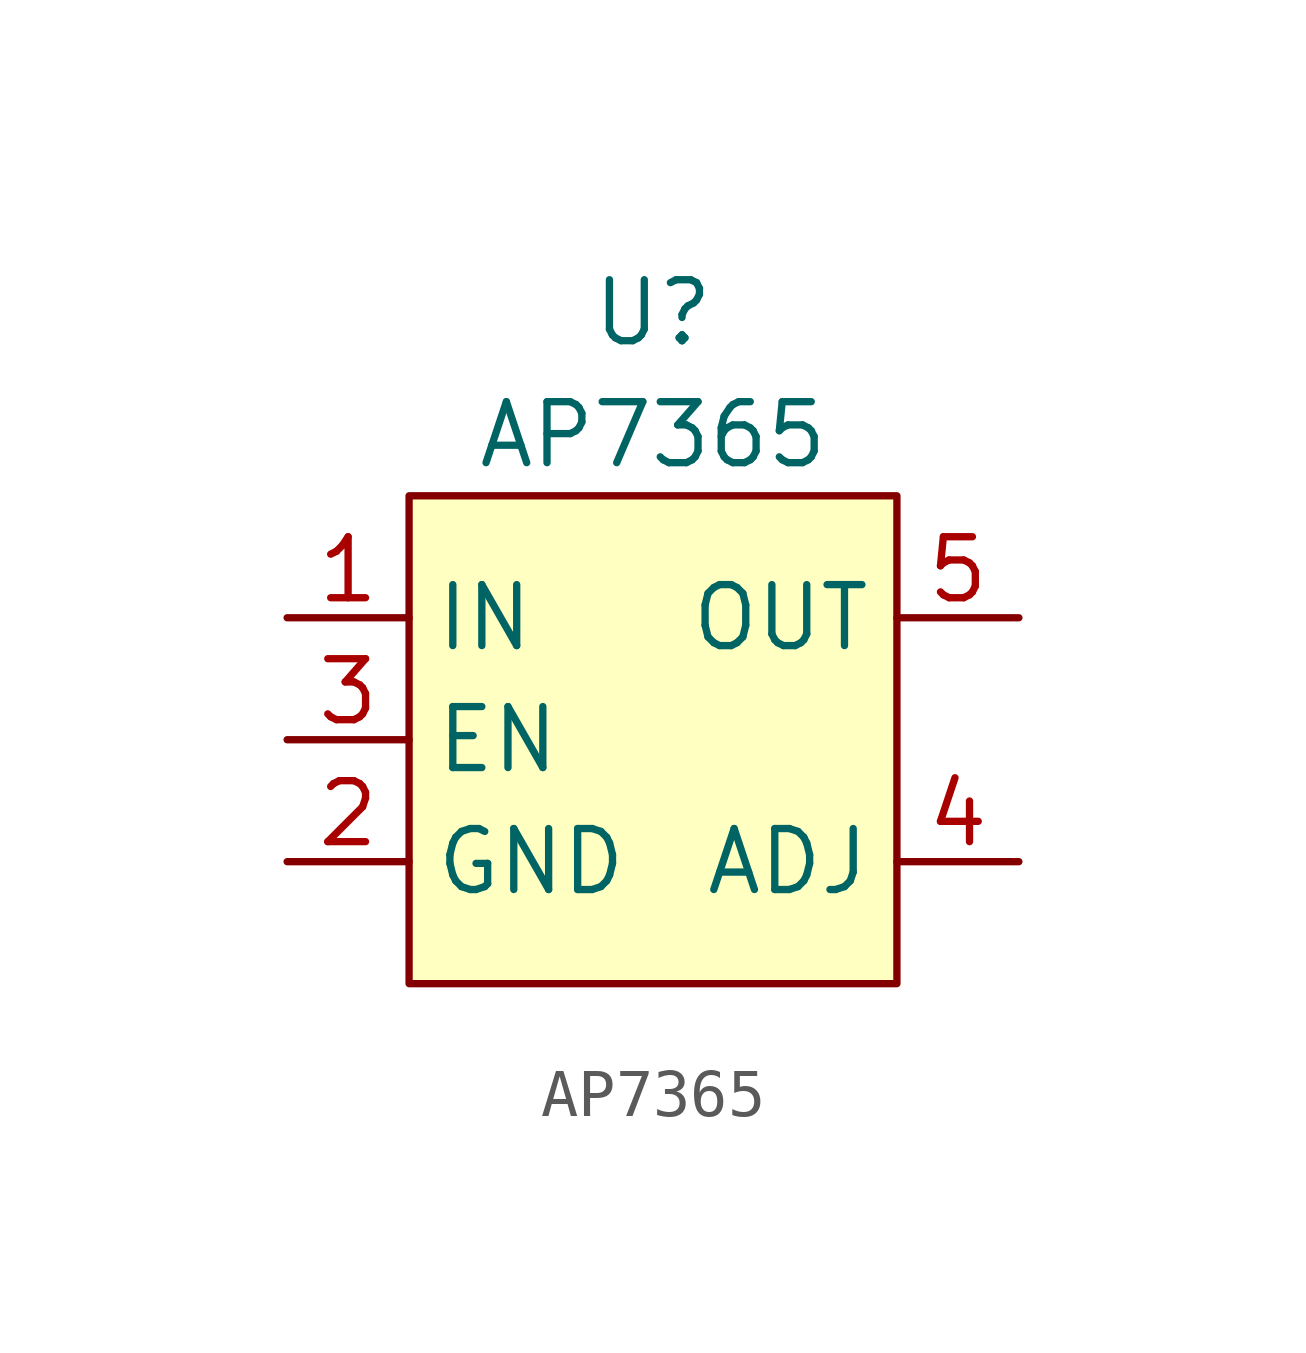
<source format=kicad_sym>
(kicad_symbol_lib
  (version 20241209)
  (generator "kicad_symbol_editor")
  (generator_version "9.0")
  (symbol "AP7365"
    (property "Reference" "U"
      (at 0 8.89 0)
      (effects (font (size 1.27 1.27))))
    (property "Value" "AP7365"
      (at 0 6.35 0)
      (effects (font (size 1.27 1.27))))
    (symbol "AP7365_1_1"
      (rectangle (start -5.08 5.08) (end 5.08 -5.08) (stroke (width 0) (type solid)) (fill (type background)))
      (pin power_in line (at -7.62 2.54 0) (length 2.54) (name "IN" (effects (font (size 1.27 1.27)))) (number "1" (effects (font (size 1.27 1.27)))))
      (pin input line (at -7.62 0 0) (length 2.54) (name "EN" (effects (font (size 1.27 1.27)))) (number "3" (effects (font (size 1.27 1.27)))))
      (pin passive line (at -7.62 -2.54 0) (length 2.54) (name "GND" (effects (font (size 1.27 1.27)))) (number "2" (effects (font (size 1.27 1.27)))))
      (pin power_out line (at 7.62 2.54 180) (length 2.54) (name "OUT" (effects (font (size 1.27 1.27)))) (number "5" (effects (font (size 1.27 1.27)))))
      (pin input line (at 7.62 -2.54 180) (length 2.54) (name "ADJ" (effects (font (size 1.27 1.27)))) (number "4" (effects (font (size 1.27 1.27))))))))
</source>
